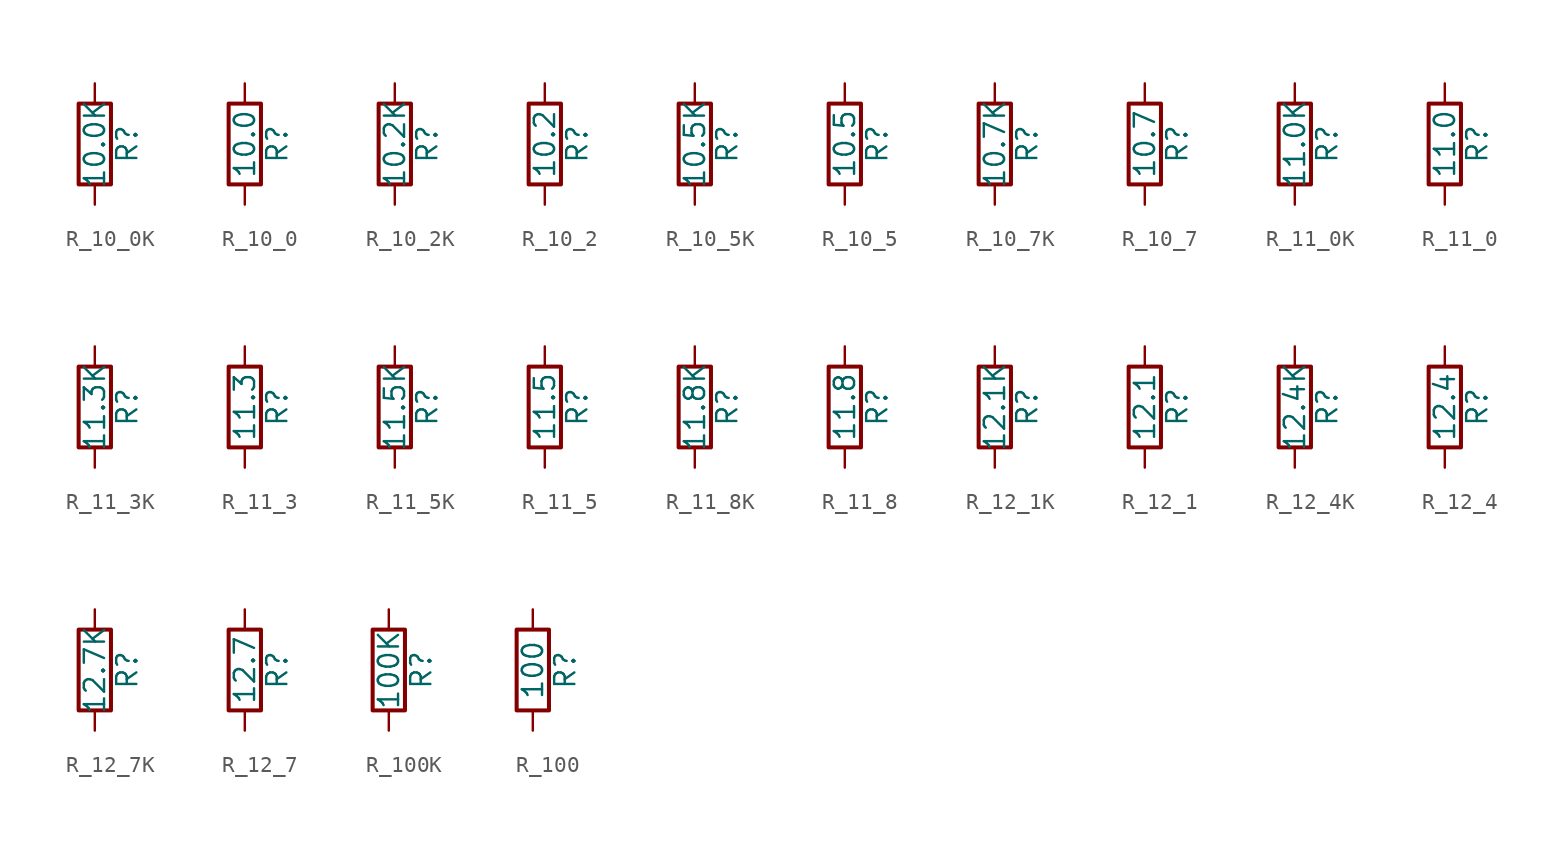
<source format=kicad_sym>
(kicad_symbol_lib
  (version 20211014)
  (generator atlantix-eda)
  (symbol "R_10_0K"
    (pin_numbers hide)
    (pin_names
      (offset 0))
    (property "Reference" "R"
      (at 2.032 0 90)
      (effects (font (size 1.27 1.27))))
    (property "Value" "10.0K"
      (at 0 0 90)
      (effects (font (size 1.27 1.27))))
    (symbol "R_10_0K_0_1"
      (rectangle (start -1.016 -2.54) (end 1.016 2.54) (stroke (width 0.254) (type default) (color 0 0 0 0)) (fill (type none))))
    (symbol "R_10_0K_1_1"
      (pin passive line (at 0 3.81 270) (length 1.27) (name "~" (effects (font (size 1.27 1.27)))) (number "1" (effects (font (size 1.27 1.27)))))
      (pin passive line (at 0 -3.81 90) (length 1.27) (name "~" (effects (font (size 1.27 1.27)))) (number "2" (effects (font (size 1.27 1.27)))))))
  (symbol "R_10_0"
    (pin_numbers hide)
    (pin_names
      (offset 0))
    (property "Reference" "R"
      (at 2.032 0 90)
      (effects (font (size 1.27 1.27))))
    (property "Value" "10.0"
      (at 0 0 90)
      (effects (font (size 1.27 1.27))))
    (symbol "R_10_0_0_1"
      (rectangle (start -1.016 -2.54) (end 1.016 2.54) (stroke (width 0.254) (type default) (color 0 0 0 0)) (fill (type none))))
    (symbol "R_10_0_1_1"
      (pin passive line (at 0 3.81 270) (length 1.27) (name "~" (effects (font (size 1.27 1.27)))) (number "1" (effects (font (size 1.27 1.27)))))
      (pin passive line (at 0 -3.81 90) (length 1.27) (name "~" (effects (font (size 1.27 1.27)))) (number "2" (effects (font (size 1.27 1.27)))))))
  (symbol "R_10_2K"
    (pin_numbers hide)
    (pin_names
      (offset 0))
    (property "Reference" "R"
      (at 2.032 0 90)
      (effects (font (size 1.27 1.27))))
    (property "Value" "10.2K"
      (at 0 0 90)
      (effects (font (size 1.27 1.27))))
    (symbol "R_10_2K_0_1"
      (rectangle (start -1.016 -2.54) (end 1.016 2.54) (stroke (width 0.254) (type default) (color 0 0 0 0)) (fill (type none))))
    (symbol "R_10_2K_1_1"
      (pin passive line (at 0 3.81 270) (length 1.27) (name "~" (effects (font (size 1.27 1.27)))) (number "1" (effects (font (size 1.27 1.27)))))
      (pin passive line (at 0 -3.81 90) (length 1.27) (name "~" (effects (font (size 1.27 1.27)))) (number "2" (effects (font (size 1.27 1.27)))))))
  (symbol "R_10_2"
    (pin_numbers hide)
    (pin_names
      (offset 0))
    (property "Reference" "R"
      (at 2.032 0 90)
      (effects (font (size 1.27 1.27))))
    (property "Value" "10.2"
      (at 0 0 90)
      (effects (font (size 1.27 1.27))))
    (symbol "R_10_2_0_1"
      (rectangle (start -1.016 -2.54) (end 1.016 2.54) (stroke (width 0.254) (type default) (color 0 0 0 0)) (fill (type none))))
    (symbol "R_10_2_1_1"
      (pin passive line (at 0 3.81 270) (length 1.27) (name "~" (effects (font (size 1.27 1.27)))) (number "1" (effects (font (size 1.27 1.27)))))
      (pin passive line (at 0 -3.81 90) (length 1.27) (name "~" (effects (font (size 1.27 1.27)))) (number "2" (effects (font (size 1.27 1.27)))))))
  (symbol "R_10_5K"
    (pin_numbers hide)
    (pin_names
      (offset 0))
    (property "Reference" "R"
      (at 2.032 0 90)
      (effects (font (size 1.27 1.27))))
    (property "Value" "10.5K"
      (at 0 0 90)
      (effects (font (size 1.27 1.27))))
    (symbol "R_10_5K_0_1"
      (rectangle (start -1.016 -2.54) (end 1.016 2.54) (stroke (width 0.254) (type default) (color 0 0 0 0)) (fill (type none))))
    (symbol "R_10_5K_1_1"
      (pin passive line (at 0 3.81 270) (length 1.27) (name "~" (effects (font (size 1.27 1.27)))) (number "1" (effects (font (size 1.27 1.27)))))
      (pin passive line (at 0 -3.81 90) (length 1.27) (name "~" (effects (font (size 1.27 1.27)))) (number "2" (effects (font (size 1.27 1.27)))))))
  (symbol "R_10_5"
    (pin_numbers hide)
    (pin_names
      (offset 0))
    (property "Reference" "R"
      (at 2.032 0 90)
      (effects (font (size 1.27 1.27))))
    (property "Value" "10.5"
      (at 0 0 90)
      (effects (font (size 1.27 1.27))))
    (symbol "R_10_5_0_1"
      (rectangle (start -1.016 -2.54) (end 1.016 2.54) (stroke (width 0.254) (type default) (color 0 0 0 0)) (fill (type none))))
    (symbol "R_10_5_1_1"
      (pin passive line (at 0 3.81 270) (length 1.27) (name "~" (effects (font (size 1.27 1.27)))) (number "1" (effects (font (size 1.27 1.27)))))
      (pin passive line (at 0 -3.81 90) (length 1.27) (name "~" (effects (font (size 1.27 1.27)))) (number "2" (effects (font (size 1.27 1.27)))))))
  (symbol "R_10_7K"
    (pin_numbers hide)
    (pin_names
      (offset 0))
    (property "Reference" "R"
      (at 2.032 0 90)
      (effects (font (size 1.27 1.27))))
    (property "Value" "10.7K"
      (at 0 0 90)
      (effects (font (size 1.27 1.27))))
    (symbol "R_10_7K_0_1"
      (rectangle (start -1.016 -2.54) (end 1.016 2.54) (stroke (width 0.254) (type default) (color 0 0 0 0)) (fill (type none))))
    (symbol "R_10_7K_1_1"
      (pin passive line (at 0 3.81 270) (length 1.27) (name "~" (effects (font (size 1.27 1.27)))) (number "1" (effects (font (size 1.27 1.27)))))
      (pin passive line (at 0 -3.81 90) (length 1.27) (name "~" (effects (font (size 1.27 1.27)))) (number "2" (effects (font (size 1.27 1.27)))))))
  (symbol "R_10_7"
    (pin_numbers hide)
    (pin_names
      (offset 0))
    (property "Reference" "R"
      (at 2.032 0 90)
      (effects (font (size 1.27 1.27))))
    (property "Value" "10.7"
      (at 0 0 90)
      (effects (font (size 1.27 1.27))))
    (symbol "R_10_7_0_1"
      (rectangle (start -1.016 -2.54) (end 1.016 2.54) (stroke (width 0.254) (type default) (color 0 0 0 0)) (fill (type none))))
    (symbol "R_10_7_1_1"
      (pin passive line (at 0 3.81 270) (length 1.27) (name "~" (effects (font (size 1.27 1.27)))) (number "1" (effects (font (size 1.27 1.27)))))
      (pin passive line (at 0 -3.81 90) (length 1.27) (name "~" (effects (font (size 1.27 1.27)))) (number "2" (effects (font (size 1.27 1.27)))))))
  (symbol "R_11_0K"
    (pin_numbers hide)
    (pin_names
      (offset 0))
    (property "Reference" "R"
      (at 2.032 0 90)
      (effects (font (size 1.27 1.27))))
    (property "Value" "11.0K"
      (at 0 0 90)
      (effects (font (size 1.27 1.27))))
    (symbol "R_11_0K_0_1"
      (rectangle (start -1.016 -2.54) (end 1.016 2.54) (stroke (width 0.254) (type default) (color 0 0 0 0)) (fill (type none))))
    (symbol "R_11_0K_1_1"
      (pin passive line (at 0 3.81 270) (length 1.27) (name "~" (effects (font (size 1.27 1.27)))) (number "1" (effects (font (size 1.27 1.27)))))
      (pin passive line (at 0 -3.81 90) (length 1.27) (name "~" (effects (font (size 1.27 1.27)))) (number "2" (effects (font (size 1.27 1.27)))))))
  (symbol "R_11_0"
    (pin_numbers hide)
    (pin_names
      (offset 0))
    (property "Reference" "R"
      (at 2.032 0 90)
      (effects (font (size 1.27 1.27))))
    (property "Value" "11.0"
      (at 0 0 90)
      (effects (font (size 1.27 1.27))))
    (symbol "R_11_0_0_1"
      (rectangle (start -1.016 -2.54) (end 1.016 2.54) (stroke (width 0.254) (type default) (color 0 0 0 0)) (fill (type none))))
    (symbol "R_11_0_1_1"
      (pin passive line (at 0 3.81 270) (length 1.27) (name "~" (effects (font (size 1.27 1.27)))) (number "1" (effects (font (size 1.27 1.27)))))
      (pin passive line (at 0 -3.81 90) (length 1.27) (name "~" (effects (font (size 1.27 1.27)))) (number "2" (effects (font (size 1.27 1.27)))))))
  (symbol "R_11_3K"
    (pin_numbers hide)
    (pin_names
      (offset 0))
    (property "Reference" "R"
      (at 2.032 0 90)
      (effects (font (size 1.27 1.27))))
    (property "Value" "11.3K"
      (at 0 0 90)
      (effects (font (size 1.27 1.27))))
    (symbol "R_11_3K_0_1"
      (rectangle (start -1.016 -2.54) (end 1.016 2.54) (stroke (width 0.254) (type default) (color 0 0 0 0)) (fill (type none))))
    (symbol "R_11_3K_1_1"
      (pin passive line (at 0 3.81 270) (length 1.27) (name "~" (effects (font (size 1.27 1.27)))) (number "1" (effects (font (size 1.27 1.27)))))
      (pin passive line (at 0 -3.81 90) (length 1.27) (name "~" (effects (font (size 1.27 1.27)))) (number "2" (effects (font (size 1.27 1.27)))))))
  (symbol "R_11_3"
    (pin_numbers hide)
    (pin_names
      (offset 0))
    (property "Reference" "R"
      (at 2.032 0 90)
      (effects (font (size 1.27 1.27))))
    (property "Value" "11.3"
      (at 0 0 90)
      (effects (font (size 1.27 1.27))))
    (symbol "R_11_3_0_1"
      (rectangle (start -1.016 -2.54) (end 1.016 2.54) (stroke (width 0.254) (type default) (color 0 0 0 0)) (fill (type none))))
    (symbol "R_11_3_1_1"
      (pin passive line (at 0 3.81 270) (length 1.27) (name "~" (effects (font (size 1.27 1.27)))) (number "1" (effects (font (size 1.27 1.27)))))
      (pin passive line (at 0 -3.81 90) (length 1.27) (name "~" (effects (font (size 1.27 1.27)))) (number "2" (effects (font (size 1.27 1.27)))))))
  (symbol "R_11_5K"
    (pin_numbers hide)
    (pin_names
      (offset 0))
    (property "Reference" "R"
      (at 2.032 0 90)
      (effects (font (size 1.27 1.27))))
    (property "Value" "11.5K"
      (at 0 0 90)
      (effects (font (size 1.27 1.27))))
    (symbol "R_11_5K_0_1"
      (rectangle (start -1.016 -2.54) (end 1.016 2.54) (stroke (width 0.254) (type default) (color 0 0 0 0)) (fill (type none))))
    (symbol "R_11_5K_1_1"
      (pin passive line (at 0 3.81 270) (length 1.27) (name "~" (effects (font (size 1.27 1.27)))) (number "1" (effects (font (size 1.27 1.27)))))
      (pin passive line (at 0 -3.81 90) (length 1.27) (name "~" (effects (font (size 1.27 1.27)))) (number "2" (effects (font (size 1.27 1.27)))))))
  (symbol "R_11_5"
    (pin_numbers hide)
    (pin_names
      (offset 0))
    (property "Reference" "R"
      (at 2.032 0 90)
      (effects (font (size 1.27 1.27))))
    (property "Value" "11.5"
      (at 0 0 90)
      (effects (font (size 1.27 1.27))))
    (symbol "R_11_5_0_1"
      (rectangle (start -1.016 -2.54) (end 1.016 2.54) (stroke (width 0.254) (type default) (color 0 0 0 0)) (fill (type none))))
    (symbol "R_11_5_1_1"
      (pin passive line (at 0 3.81 270) (length 1.27) (name "~" (effects (font (size 1.27 1.27)))) (number "1" (effects (font (size 1.27 1.27)))))
      (pin passive line (at 0 -3.81 90) (length 1.27) (name "~" (effects (font (size 1.27 1.27)))) (number "2" (effects (font (size 1.27 1.27)))))))
  (symbol "R_11_8K"
    (pin_numbers hide)
    (pin_names
      (offset 0))
    (property "Reference" "R"
      (at 2.032 0 90)
      (effects (font (size 1.27 1.27))))
    (property "Value" "11.8K"
      (at 0 0 90)
      (effects (font (size 1.27 1.27))))
    (symbol "R_11_8K_0_1"
      (rectangle (start -1.016 -2.54) (end 1.016 2.54) (stroke (width 0.254) (type default) (color 0 0 0 0)) (fill (type none))))
    (symbol "R_11_8K_1_1"
      (pin passive line (at 0 3.81 270) (length 1.27) (name "~" (effects (font (size 1.27 1.27)))) (number "1" (effects (font (size 1.27 1.27)))))
      (pin passive line (at 0 -3.81 90) (length 1.27) (name "~" (effects (font (size 1.27 1.27)))) (number "2" (effects (font (size 1.27 1.27)))))))
  (symbol "R_11_8"
    (pin_numbers hide)
    (pin_names
      (offset 0))
    (property "Reference" "R"
      (at 2.032 0 90)
      (effects (font (size 1.27 1.27))))
    (property "Value" "11.8"
      (at 0 0 90)
      (effects (font (size 1.27 1.27))))
    (symbol "R_11_8_0_1"
      (rectangle (start -1.016 -2.54) (end 1.016 2.54) (stroke (width 0.254) (type default) (color 0 0 0 0)) (fill (type none))))
    (symbol "R_11_8_1_1"
      (pin passive line (at 0 3.81 270) (length 1.27) (name "~" (effects (font (size 1.27 1.27)))) (number "1" (effects (font (size 1.27 1.27)))))
      (pin passive line (at 0 -3.81 90) (length 1.27) (name "~" (effects (font (size 1.27 1.27)))) (number "2" (effects (font (size 1.27 1.27)))))))
  (symbol "R_12_1K"
    (pin_numbers hide)
    (pin_names
      (offset 0))
    (property "Reference" "R"
      (at 2.032 0 90)
      (effects (font (size 1.27 1.27))))
    (property "Value" "12.1K"
      (at 0 0 90)
      (effects (font (size 1.27 1.27))))
    (symbol "R_12_1K_0_1"
      (rectangle (start -1.016 -2.54) (end 1.016 2.54) (stroke (width 0.254) (type default) (color 0 0 0 0)) (fill (type none))))
    (symbol "R_12_1K_1_1"
      (pin passive line (at 0 3.81 270) (length 1.27) (name "~" (effects (font (size 1.27 1.27)))) (number "1" (effects (font (size 1.27 1.27)))))
      (pin passive line (at 0 -3.81 90) (length 1.27) (name "~" (effects (font (size 1.27 1.27)))) (number "2" (effects (font (size 1.27 1.27)))))))
  (symbol "R_12_1"
    (pin_numbers hide)
    (pin_names
      (offset 0))
    (property "Reference" "R"
      (at 2.032 0 90)
      (effects (font (size 1.27 1.27))))
    (property "Value" "12.1"
      (at 0 0 90)
      (effects (font (size 1.27 1.27))))
    (symbol "R_12_1_0_1"
      (rectangle (start -1.016 -2.54) (end 1.016 2.54) (stroke (width 0.254) (type default) (color 0 0 0 0)) (fill (type none))))
    (symbol "R_12_1_1_1"
      (pin passive line (at 0 3.81 270) (length 1.27) (name "~" (effects (font (size 1.27 1.27)))) (number "1" (effects (font (size 1.27 1.27)))))
      (pin passive line (at 0 -3.81 90) (length 1.27) (name "~" (effects (font (size 1.27 1.27)))) (number "2" (effects (font (size 1.27 1.27)))))))
  (symbol "R_12_4K"
    (pin_numbers hide)
    (pin_names
      (offset 0))
    (property "Reference" "R"
      (at 2.032 0 90)
      (effects (font (size 1.27 1.27))))
    (property "Value" "12.4K"
      (at 0 0 90)
      (effects (font (size 1.27 1.27))))
    (symbol "R_12_4K_0_1"
      (rectangle (start -1.016 -2.54) (end 1.016 2.54) (stroke (width 0.254) (type default) (color 0 0 0 0)) (fill (type none))))
    (symbol "R_12_4K_1_1"
      (pin passive line (at 0 3.81 270) (length 1.27) (name "~" (effects (font (size 1.27 1.27)))) (number "1" (effects (font (size 1.27 1.27)))))
      (pin passive line (at 0 -3.81 90) (length 1.27) (name "~" (effects (font (size 1.27 1.27)))) (number "2" (effects (font (size 1.27 1.27)))))))
  (symbol "R_12_4"
    (pin_numbers hide)
    (pin_names
      (offset 0))
    (property "Reference" "R"
      (at 2.032 0 90)
      (effects (font (size 1.27 1.27))))
    (property "Value" "12.4"
      (at 0 0 90)
      (effects (font (size 1.27 1.27))))
    (symbol "R_12_4_0_1"
      (rectangle (start -1.016 -2.54) (end 1.016 2.54) (stroke (width 0.254) (type default) (color 0 0 0 0)) (fill (type none))))
    (symbol "R_12_4_1_1"
      (pin passive line (at 0 3.81 270) (length 1.27) (name "~" (effects (font (size 1.27 1.27)))) (number "1" (effects (font (size 1.27 1.27)))))
      (pin passive line (at 0 -3.81 90) (length 1.27) (name "~" (effects (font (size 1.27 1.27)))) (number "2" (effects (font (size 1.27 1.27)))))))
  (symbol "R_12_7K"
    (pin_numbers hide)
    (pin_names
      (offset 0))
    (property "Reference" "R"
      (at 2.032 0 90)
      (effects (font (size 1.27 1.27))))
    (property "Value" "12.7K"
      (at 0 0 90)
      (effects (font (size 1.27 1.27))))
    (symbol "R_12_7K_0_1"
      (rectangle (start -1.016 -2.54) (end 1.016 2.54) (stroke (width 0.254) (type default) (color 0 0 0 0)) (fill (type none))))
    (symbol "R_12_7K_1_1"
      (pin passive line (at 0 3.81 270) (length 1.27) (name "~" (effects (font (size 1.27 1.27)))) (number "1" (effects (font (size 1.27 1.27)))))
      (pin passive line (at 0 -3.81 90) (length 1.27) (name "~" (effects (font (size 1.27 1.27)))) (number "2" (effects (font (size 1.27 1.27)))))))
  (symbol "R_12_7"
    (pin_numbers hide)
    (pin_names
      (offset 0))
    (property "Reference" "R"
      (at 2.032 0 90)
      (effects (font (size 1.27 1.27))))
    (property "Value" "12.7"
      (at 0 0 90)
      (effects (font (size 1.27 1.27))))
    (symbol "R_12_7_0_1"
      (rectangle (start -1.016 -2.54) (end 1.016 2.54) (stroke (width 0.254) (type default) (color 0 0 0 0)) (fill (type none))))
    (symbol "R_12_7_1_1"
      (pin passive line (at 0 3.81 270) (length 1.27) (name "~" (effects (font (size 1.27 1.27)))) (number "1" (effects (font (size 1.27 1.27)))))
      (pin passive line (at 0 -3.81 90) (length 1.27) (name "~" (effects (font (size 1.27 1.27)))) (number "2" (effects (font (size 1.27 1.27)))))))
  (symbol "R_100K"
    (pin_numbers hide)
    (pin_names
      (offset 0))
    (property "Reference" "R"
      (at 2.032 0 90)
      (effects (font (size 1.27 1.27))))
    (property "Value" "100K"
      (at 0 0 90)
      (effects (font (size 1.27 1.27))))
    (symbol "R_100K_0_1"
      (rectangle (start -1.016 -2.54) (end 1.016 2.54) (stroke (width 0.254) (type default) (color 0 0 0 0)) (fill (type none))))
    (symbol "R_100K_1_1"
      (pin passive line (at 0 3.81 270) (length 1.27) (name "~" (effects (font (size 1.27 1.27)))) (number "1" (effects (font (size 1.27 1.27)))))
      (pin passive line (at 0 -3.81 90) (length 1.27) (name "~" (effects (font (size 1.27 1.27)))) (number "2" (effects (font (size 1.27 1.27)))))))
  (symbol "R_100"
    (pin_numbers hide)
    (pin_names
      (offset 0))
    (property "Reference" "R"
      (at 2.032 0 90)
      (effects (font (size 1.27 1.27))))
    (property "Value" "100"
      (at 0 0 90)
      (effects (font (size 1.27 1.27))))
    (symbol "R_100_0_1"
      (rectangle (start -1.016 -2.54) (end 1.016 2.54) (stroke (width 0.254) (type default) (color 0 0 0 0)) (fill (type none))))
    (symbol "R_100_1_1"
      (pin passive line (at 0 3.81 270) (length 1.27) (name "~" (effects (font (size 1.27 1.27)))) (number "1" (effects (font (size 1.27 1.27)))))
      (pin passive line (at 0 -3.81 90) (length 1.27) (name "~" (effects (font (size 1.27 1.27)))) (number "2" (effects (font (size 1.27 1.27))))))))
</source>
